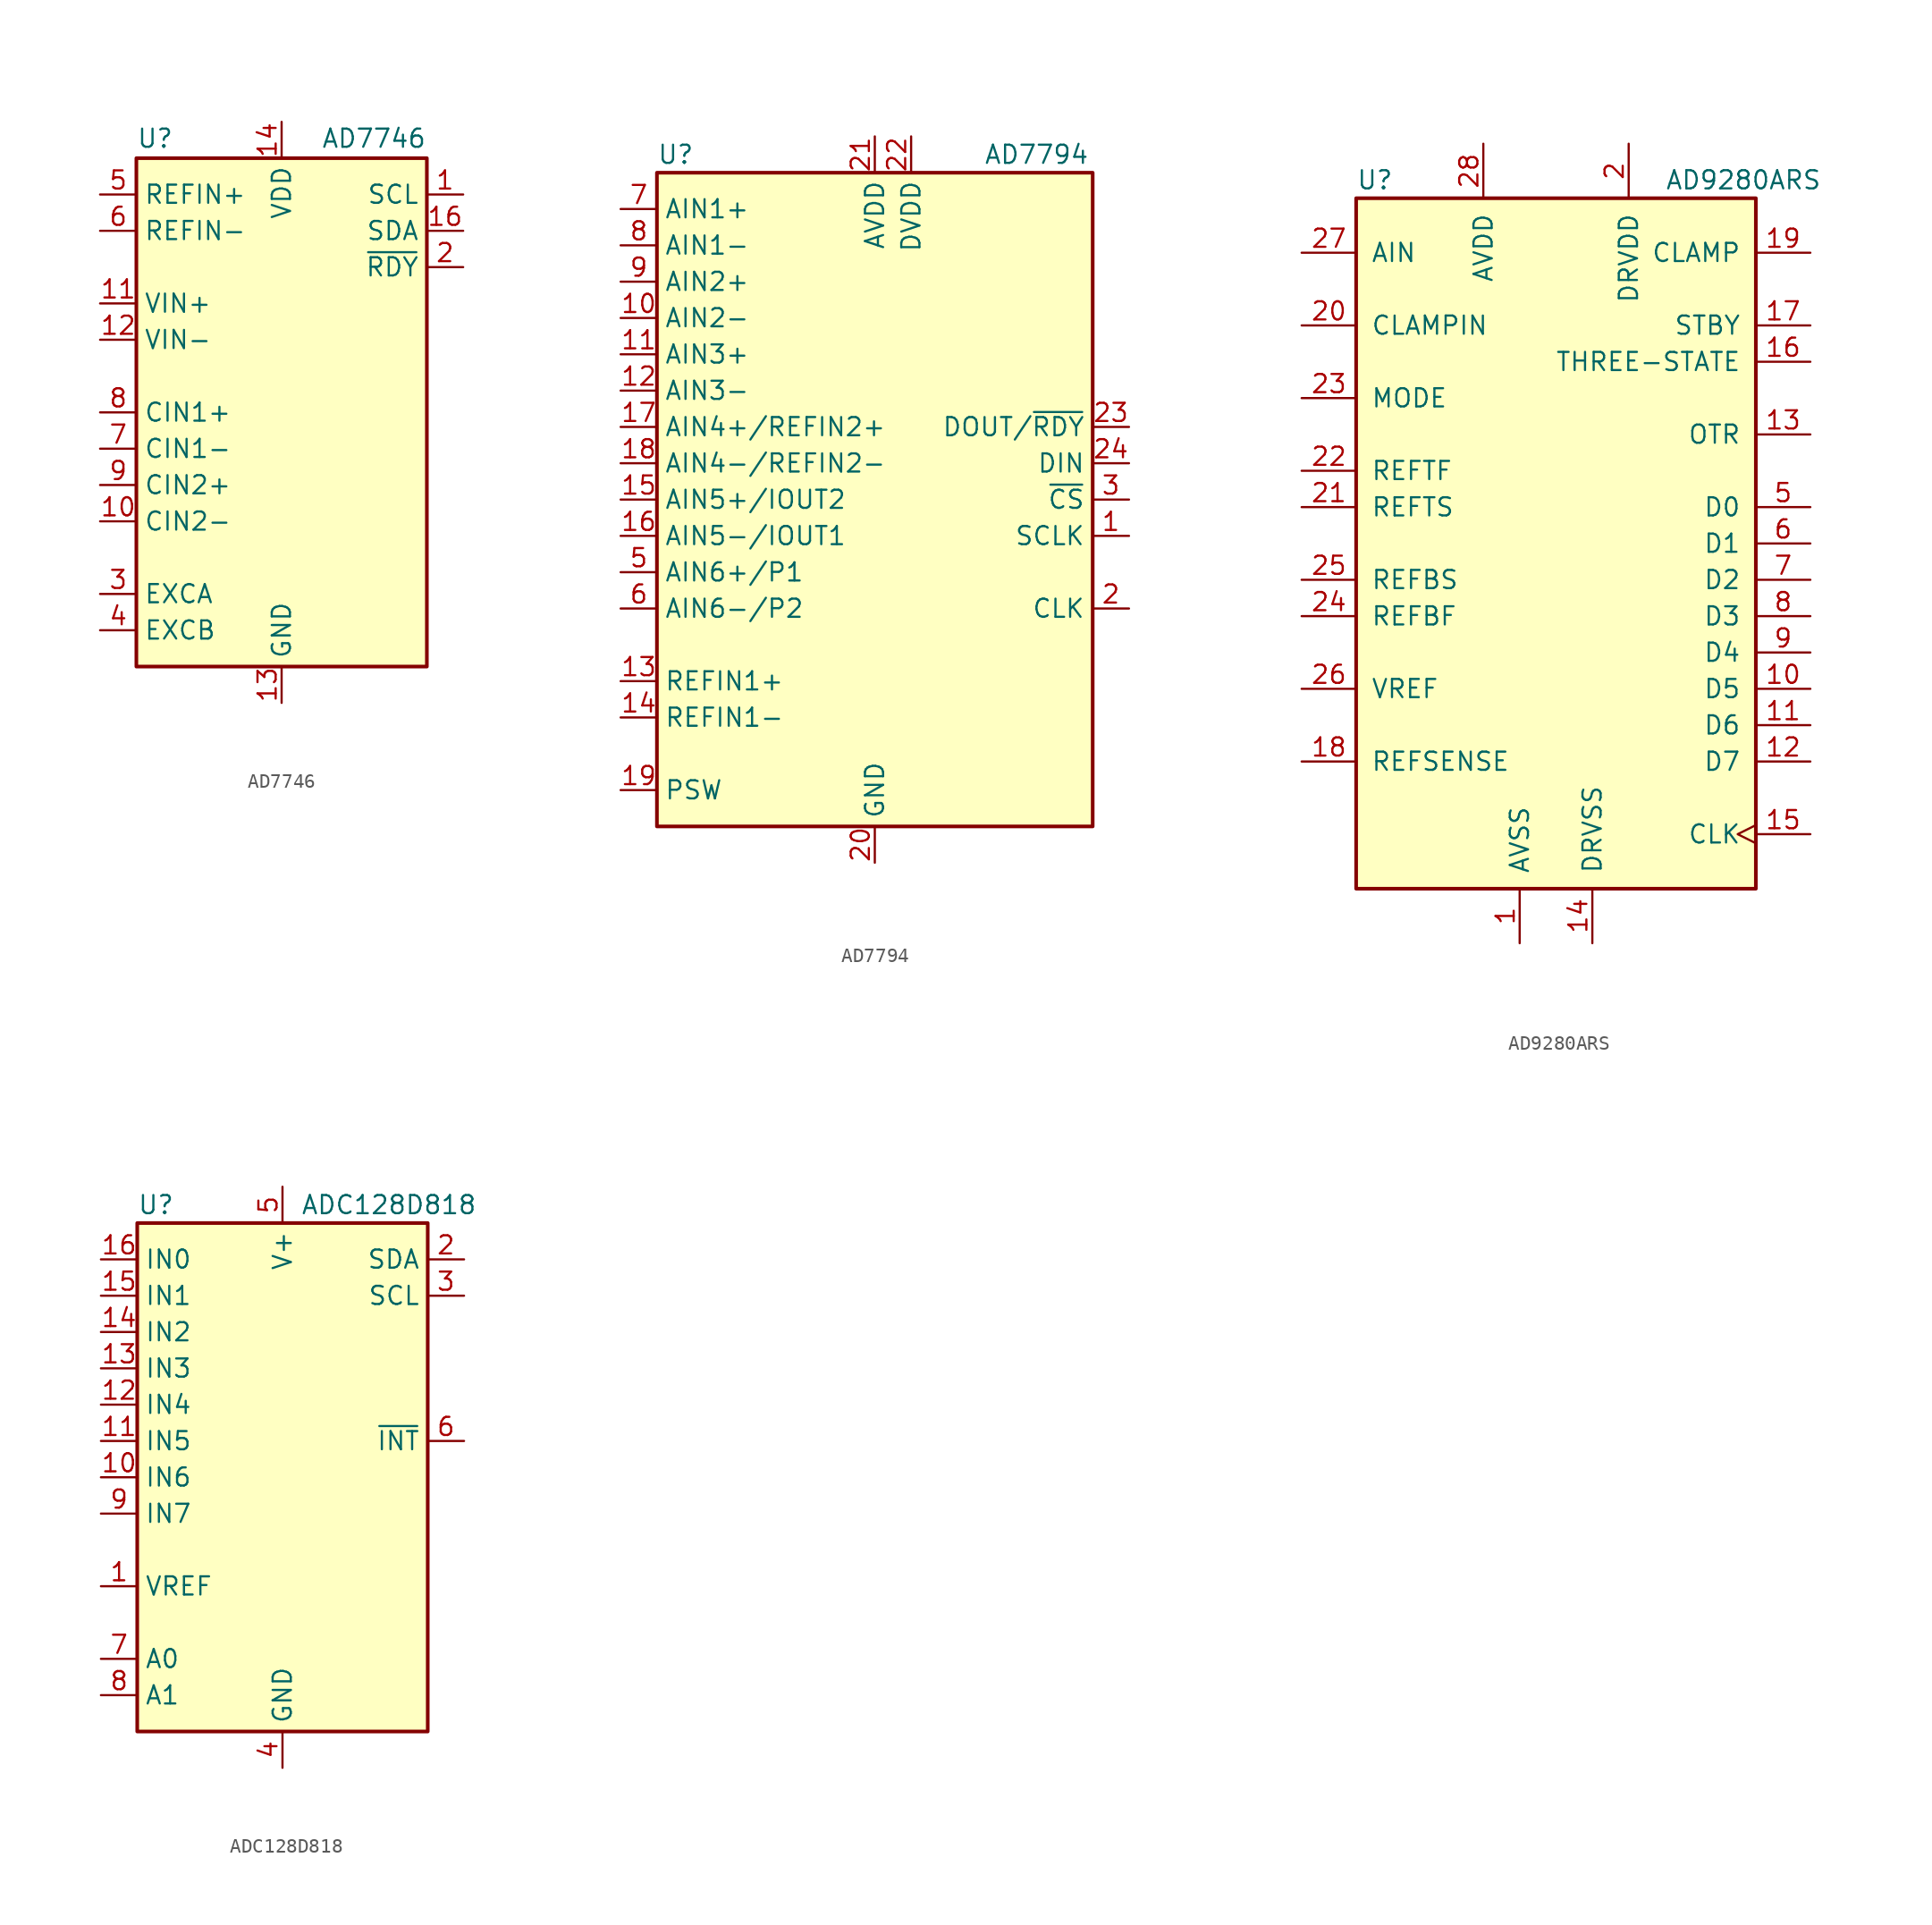
<source format=kicad_sym>
(kicad_symbol_lib
  (version 20201005)
  (generator kicad_symbol_editor)
  (symbol "AD7746"
    (property "Reference" "U"
      (at -10.16 18.415 0)
      (effects (font (size 1.27 1.27)) (justify left bottom)))
    (property "Value" "AD7746"
      (at 10.16 18.415 0)
      (effects (font (size 1.27 1.27)) (justify right bottom)))
    (symbol "AD7746_0_1"
      (rectangle (start -10.16 -17.78) (end 10.16 17.78) (stroke (width 0.254)) (fill (type background))))
    (symbol "AD7746_1_1"
      (pin input line (at 12.7 15.24 180) (length 2.54) (name "SCL" (effects (font (size 1.27 1.27)))) (number "1" (effects (font (size 1.27 1.27)))))
      (pin passive line (at -12.7 -7.62 0) (length 2.54) (name "CIN2-" (effects (font (size 1.27 1.27)))) (number "10" (effects (font (size 1.27 1.27)))))
      (pin input line (at -12.7 7.62 0) (length 2.54) (name "VIN+" (effects (font (size 1.27 1.27)))) (number "11" (effects (font (size 1.27 1.27)))))
      (pin input line (at -12.7 5.08 0) (length 2.54) (name "VIN-" (effects (font (size 1.27 1.27)))) (number "12" (effects (font (size 1.27 1.27)))))
      (pin power_in line (at 0 -20.32 90) (length 2.54) (name "GND" (effects (font (size 1.27 1.27)))) (number "13" (effects (font (size 1.27 1.27)))))
      (pin power_in line (at 0 20.32 270) (length 2.54) (name "VDD" (effects (font (size 1.27 1.27)))) (number "14" (effects (font (size 1.27 1.27)))))
      (pin no_connect line (at 10.16 -15.24 180) (length 2.54) hide (name "NC" (effects (font (size 1.27 1.27)))) (number "15" (effects (font (size 1.27 1.27)))))
      (pin bidirectional line (at 12.7 12.7 180) (length 2.54) (name "SDA" (effects (font (size 1.27 1.27)))) (number "16" (effects (font (size 1.27 1.27)))))
      (pin output line (at 12.7 10.16 180) (length 2.54) (name "~RDY" (effects (font (size 1.27 1.27)))) (number "2" (effects (font (size 1.27 1.27)))))
      (pin output line (at -12.7 -12.7 0) (length 2.54) (name "EXCA" (effects (font (size 1.27 1.27)))) (number "3" (effects (font (size 1.27 1.27)))))
      (pin output line (at -12.7 -15.24 0) (length 2.54) (name "EXCB" (effects (font (size 1.27 1.27)))) (number "4" (effects (font (size 1.27 1.27)))))
      (pin input line (at -12.7 15.24 0) (length 2.54) (name "REFIN+" (effects (font (size 1.27 1.27)))) (number "5" (effects (font (size 1.27 1.27)))))
      (pin input line (at -12.7 12.7 0) (length 2.54) (name "REFIN-" (effects (font (size 1.27 1.27)))) (number "6" (effects (font (size 1.27 1.27)))))
      (pin passive line (at -12.7 -2.54 0) (length 2.54) (name "CIN1-" (effects (font (size 1.27 1.27)))) (number "7" (effects (font (size 1.27 1.27)))))
      (pin passive line (at -12.7 0 0) (length 2.54) (name "CIN1+" (effects (font (size 1.27 1.27)))) (number "8" (effects (font (size 1.27 1.27)))))
      (pin passive line (at -12.7 -5.08 0) (length 2.54) (name "CIN2+" (effects (font (size 1.27 1.27)))) (number "9" (effects (font (size 1.27 1.27)))))))
  (symbol "AD7794"
    (property "Reference" "U"
      (at -15.24 24.13 0)
      (effects (font (size 1.27 1.27)) (justify left)))
    (property "Value" "AD7794"
      (at 7.62 24.13 0)
      (effects (font (size 1.27 1.27)) (justify left)))
    (symbol "AD7794_0_1"
      (rectangle (start -15.24 22.86) (end 15.24 -22.86) (stroke (width 0.254)) (fill (type background))))
    (symbol "AD7794_1_1"
      (pin input line (at 17.78 -2.54 180) (length 2.54) (name "SCLK" (effects (font (size 1.27 1.27)))) (number "1" (effects (font (size 1.27 1.27)))))
      (pin input line (at -17.78 12.7 0) (length 2.54) (name "AIN2-" (effects (font (size 1.27 1.27)))) (number "10" (effects (font (size 1.27 1.27)))))
      (pin input line (at -17.78 10.16 0) (length 2.54) (name "AIN3+" (effects (font (size 1.27 1.27)))) (number "11" (effects (font (size 1.27 1.27)))))
      (pin input line (at -17.78 7.62 0) (length 2.54) (name "AIN3-" (effects (font (size 1.27 1.27)))) (number "12" (effects (font (size 1.27 1.27)))))
      (pin input line (at -17.78 -12.7 0) (length 2.54) (name "REFIN1+" (effects (font (size 1.27 1.27)))) (number "13" (effects (font (size 1.27 1.27)))))
      (pin input line (at -17.78 -15.24 0) (length 2.54) (name "REFIN1-" (effects (font (size 1.27 1.27)))) (number "14" (effects (font (size 1.27 1.27)))))
      (pin input line (at -17.78 0 0) (length 2.54) (name "AIN5+/IOUT2" (effects (font (size 1.27 1.27)))) (number "15" (effects (font (size 1.27 1.27)))))
      (pin input line (at -17.78 -2.54 0) (length 2.54) (name "AIN5-/IOUT1" (effects (font (size 1.27 1.27)))) (number "16" (effects (font (size 1.27 1.27)))))
      (pin input line (at -17.78 5.08 0) (length 2.54) (name "AIN4+/REFIN2+" (effects (font (size 1.27 1.27)))) (number "17" (effects (font (size 1.27 1.27)))))
      (pin input line (at -17.78 2.54 0) (length 2.54) (name "AIN4-/REFIN2-" (effects (font (size 1.27 1.27)))) (number "18" (effects (font (size 1.27 1.27)))))
      (pin passive line (at -17.78 -20.32 0) (length 2.54) (name "PSW" (effects (font (size 1.27 1.27)))) (number "19" (effects (font (size 1.27 1.27)))))
      (pin bidirectional line (at 17.78 -7.62 180) (length 2.54) (name "CLK" (effects (font (size 1.27 1.27)))) (number "2" (effects (font (size 1.27 1.27)))))
      (pin power_in line (at 0 -25.4 90) (length 2.54) (name "GND" (effects (font (size 1.27 1.27)))) (number "20" (effects (font (size 1.27 1.27)))))
      (pin power_in line (at 0 25.4 270) (length 2.54) (name "AVDD" (effects (font (size 1.27 1.27)))) (number "21" (effects (font (size 1.27 1.27)))))
      (pin power_in line (at 2.54 25.4 270) (length 2.54) (name "DVDD" (effects (font (size 1.27 1.27)))) (number "22" (effects (font (size 1.27 1.27)))))
      (pin output line (at 17.78 5.08 180) (length 2.54) (name "DOUT/~RDY" (effects (font (size 1.27 1.27)))) (number "23" (effects (font (size 1.27 1.27)))))
      (pin input line (at 17.78 2.54 180) (length 2.54) (name "DIN" (effects (font (size 1.27 1.27)))) (number "24" (effects (font (size 1.27 1.27)))))
      (pin input line (at 17.78 0 180) (length 2.54) (name "~CS" (effects (font (size 1.27 1.27)))) (number "3" (effects (font (size 1.27 1.27)))))
      (pin no_connect line (at 15.24 -20.32 180) (length 2.54) hide (name "NC" (effects (font (size 1.27 1.27)))) (number "4" (effects (font (size 1.27 1.27)))))
      (pin input line (at -17.78 -5.08 0) (length 2.54) (name "AIN6+/P1" (effects (font (size 1.27 1.27)))) (number "5" (effects (font (size 1.27 1.27)))))
      (pin input line (at -17.78 -7.62 0) (length 2.54) (name "AIN6-/P2" (effects (font (size 1.27 1.27)))) (number "6" (effects (font (size 1.27 1.27)))))
      (pin input line (at -17.78 20.32 0) (length 2.54) (name "AIN1+" (effects (font (size 1.27 1.27)))) (number "7" (effects (font (size 1.27 1.27)))))
      (pin input line (at -17.78 17.78 0) (length 2.54) (name "AIN1-" (effects (font (size 1.27 1.27)))) (number "8" (effects (font (size 1.27 1.27)))))
      (pin input line (at -17.78 15.24 0) (length 2.54) (name "AIN2+" (effects (font (size 1.27 1.27)))) (number "9" (effects (font (size 1.27 1.27)))))))
  (symbol "AD9280ARS"
    (pin_names
      (offset 1.016))
    (property "Reference" "U"
      (at -13.97 25.4 0)
      (effects (font (size 1.27 1.27)) (justify left)))
    (property "Value" "AD9280ARS"
      (at 7.62 25.4 0)
      (effects (font (size 1.27 1.27)) (justify left)))
    (symbol "AD9280ARS_0_1"
      (rectangle (start -13.97 24.13) (end 13.97 -24.13) (stroke (width 0.254)) (fill (type background))))
    (symbol "AD9280ARS_1_1"
      (pin power_in line (at -2.54 -27.94 90) (length 3.81) (name "AVSS" (effects (font (size 1.27 1.27)))) (number "1" (effects (font (size 1.27 1.27)))))
      (pin output line (at 17.78 -10.16 180) (length 3.81) (name "D5" (effects (font (size 1.27 1.27)))) (number "10" (effects (font (size 1.27 1.27)))))
      (pin output line (at 17.78 -12.7 180) (length 3.81) (name "D6" (effects (font (size 1.27 1.27)))) (number "11" (effects (font (size 1.27 1.27)))))
      (pin output line (at 17.78 -15.24 180) (length 3.81) (name "D7" (effects (font (size 1.27 1.27)))) (number "12" (effects (font (size 1.27 1.27)))))
      (pin output line (at 17.78 7.62 180) (length 3.81) (name "OTR" (effects (font (size 1.27 1.27)))) (number "13" (effects (font (size 1.27 1.27)))))
      (pin power_in line (at 2.54 -27.94 90) (length 3.81) (name "DRVSS" (effects (font (size 1.27 1.27)))) (number "14" (effects (font (size 1.27 1.27)))))
      (pin input clock (at 17.78 -20.32 180) (length 3.81) (name "CLK" (effects (font (size 1.27 1.27)))) (number "15" (effects (font (size 1.27 1.27)))))
      (pin input line (at 17.78 12.7 180) (length 3.81) (name "THREE-STATE" (effects (font (size 1.27 1.27)))) (number "16" (effects (font (size 1.27 1.27)))))
      (pin passive line (at 17.78 15.24 180) (length 3.81) (name "STBY" (effects (font (size 1.27 1.27)))) (number "17" (effects (font (size 1.27 1.27)))))
      (pin input line (at -17.78 -15.24 0) (length 3.81) (name "REFSENSE" (effects (font (size 1.27 1.27)))) (number "18" (effects (font (size 1.27 1.27)))))
      (pin passive line (at 17.78 20.32 180) (length 3.81) (name "CLAMP" (effects (font (size 1.27 1.27)))) (number "19" (effects (font (size 1.27 1.27)))))
      (pin power_in line (at 5.08 27.94 270) (length 3.81) (name "DRVDD" (effects (font (size 1.27 1.27)))) (number "2" (effects (font (size 1.27 1.27)))))
      (pin input line (at -17.78 15.24 0) (length 3.81) (name "CLAMPIN" (effects (font (size 1.27 1.27)))) (number "20" (effects (font (size 1.27 1.27)))))
      (pin input line (at -17.78 2.54 0) (length 3.81) (name "REFTS" (effects (font (size 1.27 1.27)))) (number "21" (effects (font (size 1.27 1.27)))))
      (pin input line (at -17.78 5.08 0) (length 3.81) (name "REFTF" (effects (font (size 1.27 1.27)))) (number "22" (effects (font (size 1.27 1.27)))))
      (pin input line (at -17.78 10.16 0) (length 3.81) (name "MODE" (effects (font (size 1.27 1.27)))) (number "23" (effects (font (size 1.27 1.27)))))
      (pin input line (at -17.78 -5.08 0) (length 3.81) (name "REFBF" (effects (font (size 1.27 1.27)))) (number "24" (effects (font (size 1.27 1.27)))))
      (pin input line (at -17.78 -2.54 0) (length 3.81) (name "REFBS" (effects (font (size 1.27 1.27)))) (number "25" (effects (font (size 1.27 1.27)))))
      (pin output line (at -17.78 -10.16 0) (length 3.81) (name "VREF" (effects (font (size 1.27 1.27)))) (number "26" (effects (font (size 1.27 1.27)))))
      (pin input line (at -17.78 20.32 0) (length 3.81) (name "AIN" (effects (font (size 1.27 1.27)))) (number "27" (effects (font (size 1.27 1.27)))))
      (pin power_in line (at -5.08 27.94 270) (length 3.81) (name "AVDD" (effects (font (size 1.27 1.27)))) (number "28" (effects (font (size 1.27 1.27)))))
      (pin output line (at 17.78 2.54 180) (length 3.81) (name "D0" (effects (font (size 1.27 1.27)))) (number "5" (effects (font (size 1.27 1.27)))))
      (pin output line (at 17.78 0 180) (length 3.81) (name "D1" (effects (font (size 1.27 1.27)))) (number "6" (effects (font (size 1.27 1.27)))))
      (pin output line (at 17.78 -2.54 180) (length 3.81) (name "D2" (effects (font (size 1.27 1.27)))) (number "7" (effects (font (size 1.27 1.27)))))
      (pin output line (at 17.78 -5.08 180) (length 3.81) (name "D3" (effects (font (size 1.27 1.27)))) (number "8" (effects (font (size 1.27 1.27)))))
      (pin output line (at 17.78 -7.62 180) (length 3.81) (name "D4" (effects (font (size 1.27 1.27)))) (number "9" (effects (font (size 1.27 1.27)))))))
  (symbol "ADC128D818"
    (property "Reference" "U"
      (at -10.16 19.05 0)
      (effects (font (size 1.27 1.27)) (justify left)))
    (property "Value" "ADC128D818"
      (at 1.27 19.05 0)
      (effects (font (size 1.27 1.27)) (justify left)))
    (symbol "ADC128D818_0_1"
      (rectangle (start -10.16 17.78) (end 10.16 -17.78) (stroke (width 0.254)) (fill (type background))))
    (symbol "ADC128D818_1_1"
      (pin input line (at -12.7 -7.62 0) (length 2.54) (name "VREF" (effects (font (size 1.27 1.27)))) (number "1" (effects (font (size 1.27 1.27)))))
      (pin input line (at -12.7 0 0) (length 2.54) (name "IN6" (effects (font (size 1.27 1.27)))) (number "10" (effects (font (size 1.27 1.27)))))
      (pin input line (at -12.7 2.54 0) (length 2.54) (name "IN5" (effects (font (size 1.27 1.27)))) (number "11" (effects (font (size 1.27 1.27)))))
      (pin input line (at -12.7 5.08 0) (length 2.54) (name "IN4" (effects (font (size 1.27 1.27)))) (number "12" (effects (font (size 1.27 1.27)))))
      (pin input line (at -12.7 7.62 0) (length 2.54) (name "IN3" (effects (font (size 1.27 1.27)))) (number "13" (effects (font (size 1.27 1.27)))))
      (pin input line (at -12.7 10.16 0) (length 2.54) (name "IN2" (effects (font (size 1.27 1.27)))) (number "14" (effects (font (size 1.27 1.27)))))
      (pin input line (at -12.7 12.7 0) (length 2.54) (name "IN1" (effects (font (size 1.27 1.27)))) (number "15" (effects (font (size 1.27 1.27)))))
      (pin input line (at -12.7 15.24 0) (length 2.54) (name "IN0" (effects (font (size 1.27 1.27)))) (number "16" (effects (font (size 1.27 1.27)))))
      (pin bidirectional line (at 12.7 15.24 180) (length 2.54) (name "SDA" (effects (font (size 1.27 1.27)))) (number "2" (effects (font (size 1.27 1.27)))))
      (pin input line (at 12.7 12.7 180) (length 2.54) (name "SCL" (effects (font (size 1.27 1.27)))) (number "3" (effects (font (size 1.27 1.27)))))
      (pin power_in line (at 0 -20.32 90) (length 2.54) (name "GND" (effects (font (size 1.27 1.27)))) (number "4" (effects (font (size 1.27 1.27)))))
      (pin power_in line (at 0 20.32 270) (length 2.54) (name "V+" (effects (font (size 1.27 1.27)))) (number "5" (effects (font (size 1.27 1.27)))))
      (pin output line (at 12.7 2.54 180) (length 2.54) (name "~INT" (effects (font (size 1.27 1.27)))) (number "6" (effects (font (size 1.27 1.27)))))
      (pin input line (at -12.7 -12.7 0) (length 2.54) (name "A0" (effects (font (size 1.27 1.27)))) (number "7" (effects (font (size 1.27 1.27)))))
      (pin input line (at -12.7 -15.24 0) (length 2.54) (name "A1" (effects (font (size 1.27 1.27)))) (number "8" (effects (font (size 1.27 1.27)))))
      (pin input line (at -12.7 -2.54 0) (length 2.54) (name "IN7" (effects (font (size 1.27 1.27)))) (number "9" (effects (font (size 1.27 1.27))))))))
</source>
